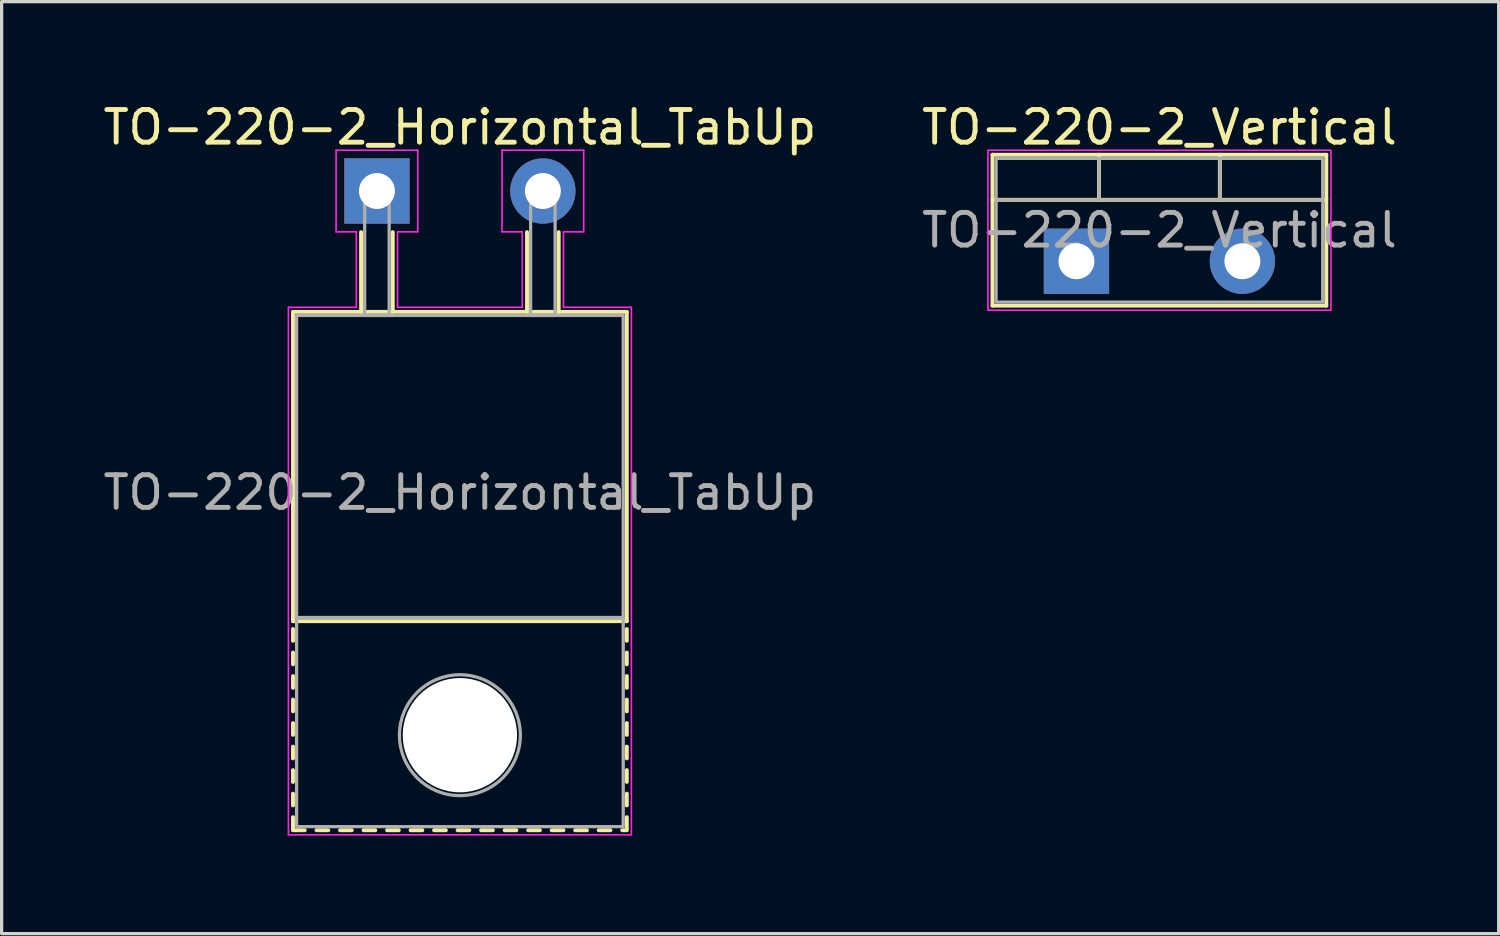
<source format=kicad_pcb>
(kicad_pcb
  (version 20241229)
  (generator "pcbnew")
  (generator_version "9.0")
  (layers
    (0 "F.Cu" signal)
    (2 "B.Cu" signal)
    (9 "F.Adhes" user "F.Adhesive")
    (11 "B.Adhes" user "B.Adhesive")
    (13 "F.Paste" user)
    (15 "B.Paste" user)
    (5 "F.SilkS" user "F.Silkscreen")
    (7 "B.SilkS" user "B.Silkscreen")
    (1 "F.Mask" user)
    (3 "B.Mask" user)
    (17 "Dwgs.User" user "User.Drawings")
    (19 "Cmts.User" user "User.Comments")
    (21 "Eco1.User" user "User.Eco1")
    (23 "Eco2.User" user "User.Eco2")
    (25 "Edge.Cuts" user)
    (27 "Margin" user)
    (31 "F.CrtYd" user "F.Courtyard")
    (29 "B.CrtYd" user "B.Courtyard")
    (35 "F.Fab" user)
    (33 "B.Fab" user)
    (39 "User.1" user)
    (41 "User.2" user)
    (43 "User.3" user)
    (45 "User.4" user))
  (footprint "TO-220-2_Horizontal_TabUp"
    (layer "F.Cu")
    (at 8.49 2.798)
    (property "Reference" "TO-220-2_Horizontal_TabUp" (at 2.54 -1.95 0) (layer "F.SilkS") (effects (font (size 1 1) (thickness 0.15))))
    (attr through_hole)
    (fp_line (start -2.57 3.7) (end -2.57 13.17) (stroke (width 0.12) (type solid)) (layer "F.SilkS"))
    (fp_line (start -2.57 3.7) (end 7.65 3.7) (stroke (width 0.12) (type solid)) (layer "F.SilkS"))
    (fp_line (start -2.57 13.17) (end 7.65 13.17) (stroke (width 0.12) (type solid)) (layer "F.SilkS"))
    (fp_line (start -2.57 13.41) (end -2.57 13.77) (stroke (width 0.12) (type solid)) (layer "F.SilkS"))
    (fp_line (start -2.57 14.13) (end -2.57 14.49) (stroke (width 0.12) (type solid)) (layer "F.SilkS"))
    (fp_line (start -2.57 14.85) (end -2.57 15.21) (stroke (width 0.12) (type solid)) (layer "F.SilkS"))
    (fp_line (start -2.57 15.57) (end -2.57 15.93) (stroke (width 0.12) (type solid)) (layer "F.SilkS"))
    (fp_line (start -2.57 16.29) (end -2.57 16.65) (stroke (width 0.12) (type solid)) (layer "F.SilkS"))
    (fp_line (start -2.57 17.01) (end -2.57 17.37) (stroke (width 0.12) (type solid)) (layer "F.SilkS"))
    (fp_line (start -2.57 17.73) (end -2.57 18.09) (stroke (width 0.12) (type solid)) (layer "F.SilkS"))
    (fp_line (start -2.57 18.45) (end -2.57 18.81) (stroke (width 0.12) (type solid)) (layer "F.SilkS"))
    (fp_line (start -2.57 19.17) (end -2.57 19.53) (stroke (width 0.12) (type solid)) (layer "F.SilkS"))
    (fp_line (start -2.57 19.57) (end -2.21 19.57) (stroke (width 0.12) (type solid)) (layer "F.SilkS"))
    (fp_line (start -1.85 19.57) (end -1.49 19.57) (stroke (width 0.12) (type solid)) (layer "F.SilkS"))
    (fp_line (start -1.13 19.57) (end -0.77 19.57) (stroke (width 0.12) (type solid)) (layer "F.SilkS"))
    (fp_line (start -0.485 3.7) (end -0.485 1.26) (stroke (width 0.12) (type solid)) (layer "F.SilkS"))
    (fp_line (start -0.41 19.57) (end -0.05 19.57) (stroke (width 0.12) (type solid)) (layer "F.SilkS"))
    (fp_line (start 0.31 19.57) (end 0.67 19.57) (stroke (width 0.12) (type solid)) (layer "F.SilkS"))
    (fp_line (start 0.485 3.7) (end 0.485 1.26) (stroke (width 0.12) (type solid)) (layer "F.SilkS"))
    (fp_line (start 1.03 19.57) (end 1.39 19.57) (stroke (width 0.12) (type solid)) (layer "F.SilkS"))
    (fp_line (start 1.75 19.57) (end 2.11 19.57) (stroke (width 0.12) (type solid)) (layer "F.SilkS"))
    (fp_line (start 2.47 19.57) (end 2.83 19.57) (stroke (width 0.12) (type solid)) (layer "F.SilkS"))
    (fp_line (start 3.19 19.57) (end 3.55 19.57) (stroke (width 0.12) (type solid)) (layer "F.SilkS"))
    (fp_line (start 3.91 19.57) (end 4.27 19.57) (stroke (width 0.12) (type solid)) (layer "F.SilkS"))
    (fp_line (start 4.595 3.7) (end 4.595 1.26) (stroke (width 0.12) (type solid)) (layer "F.SilkS"))
    (fp_line (start 4.63 19.57) (end 4.99 19.57) (stroke (width 0.12) (type solid)) (layer "F.SilkS"))
    (fp_line (start 5.35 19.57) (end 5.71 19.57) (stroke (width 0.12) (type solid)) (layer "F.SilkS"))
    (fp_line (start 5.565 3.7) (end 5.565 1.26) (stroke (width 0.12) (type solid)) (layer "F.SilkS"))
    (fp_line (start 6.07 19.57) (end 6.43 19.57) (stroke (width 0.12) (type solid)) (layer "F.SilkS"))
    (fp_line (start 6.79 19.57) (end 7.15 19.57) (stroke (width 0.12) (type solid)) (layer "F.SilkS"))
    (fp_line (start 7.51 19.57) (end 7.65 19.57) (stroke (width 0.12) (type solid)) (layer "F.SilkS"))
    (fp_line (start 7.65 3.7) (end 7.65 13.17) (stroke (width 0.12) (type solid)) (layer "F.SilkS"))
    (fp_line (start 7.65 13.41) (end 7.65 13.77) (stroke (width 0.12) (type solid)) (layer "F.SilkS"))
    (fp_line (start 7.65 14.13) (end 7.65 14.49) (stroke (width 0.12) (type solid)) (layer "F.SilkS"))
    (fp_line (start 7.65 14.85) (end 7.65 15.21) (stroke (width 0.12) (type solid)) (layer "F.SilkS"))
    (fp_line (start 7.65 15.57) (end 7.65 15.93) (stroke (width 0.12) (type solid)) (layer "F.SilkS"))
    (fp_line (start 7.65 16.29) (end 7.65 16.65) (stroke (width 0.12) (type solid)) (layer "F.SilkS"))
    (fp_line (start 7.65 17.01) (end 7.65 17.37) (stroke (width 0.12) (type solid)) (layer "F.SilkS"))
    (fp_line (start 7.65 17.73) (end 7.65 18.09) (stroke (width 0.12) (type solid)) (layer "F.SilkS"))
    (fp_line (start 7.65 18.45) (end 7.65 18.81) (stroke (width 0.12) (type solid)) (layer "F.SilkS"))
    (fp_line (start 7.65 19.17) (end 7.65 19.53) (stroke (width 0.12) (type solid)) (layer "F.SilkS"))
    (fp_line (start -2.71 3.56) (end -0.63 3.56) (stroke (width 0.05) (type solid)) (layer "F.CrtYd"))
    (fp_line (start -2.71 19.71) (end -2.71 3.56) (stroke (width 0.05) (type solid)) (layer "F.CrtYd"))
    (fp_line (start -1.25 -1.25) (end 1.25 -1.25) (stroke (width 0.05) (type solid)) (layer "F.CrtYd"))
    (fp_line (start -1.25 1.25) (end -1.25 -1.25) (stroke (width 0.05) (type solid)) (layer "F.CrtYd"))
    (fp_line (start -0.63 1.25) (end -1.25 1.25) (stroke (width 0.05) (type solid)) (layer "F.CrtYd"))
    (fp_line (start -0.63 3.56) (end -0.63 1.25) (stroke (width 0.05) (type solid)) (layer "F.CrtYd"))
    (fp_line (start 0.63 1.25) (end 0.63 3.56) (stroke (width 0.05) (type solid)) (layer "F.CrtYd"))
    (fp_line (start 0.63 3.56) (end 4.45 3.56) (stroke (width 0.05) (type solid)) (layer "F.CrtYd"))
    (fp_line (start 1.25 -1.25) (end 1.25 1.25) (stroke (width 0.05) (type solid)) (layer "F.CrtYd"))
    (fp_line (start 1.25 1.25) (end 0.63 1.25) (stroke (width 0.05) (type solid)) (layer "F.CrtYd"))
    (fp_line (start 3.83 -1.25) (end 6.33 -1.25) (stroke (width 0.05) (type solid)) (layer "F.CrtYd"))
    (fp_line (start 3.83 1.25) (end 3.83 -1.25) (stroke (width 0.05) (type solid)) (layer "F.CrtYd"))
    (fp_line (start 4.45 1.25) (end 3.83 1.25) (stroke (width 0.05) (type solid)) (layer "F.CrtYd"))
    (fp_line (start 4.45 3.56) (end 4.45 1.25) (stroke (width 0.05) (type solid)) (layer "F.CrtYd"))
    (fp_line (start 5.71 1.25) (end 5.71 3.56) (stroke (width 0.05) (type solid)) (layer "F.CrtYd"))
    (fp_line (start 5.71 3.56) (end 7.79 3.56) (stroke (width 0.05) (type solid)) (layer "F.CrtYd"))
    (fp_line (start 6.33 -1.25) (end 6.33 1.25) (stroke (width 0.05) (type solid)) (layer "F.CrtYd"))
    (fp_line (start 6.33 1.25) (end 5.71 1.25) (stroke (width 0.05) (type solid)) (layer "F.CrtYd"))
    (fp_line (start 7.79 3.56) (end 7.79 19.71) (stroke (width 0.05) (type solid)) (layer "F.CrtYd"))
    (fp_line (start 7.79 19.71) (end -2.71 19.71) (stroke (width 0.05) (type solid)) (layer "F.CrtYd"))
    (fp_rect (start -2.46 3.81) (end 7.54 13.06) (stroke (width 0.1) (type solid)) (fill no) (layer "F.Fab"))
    (fp_rect (start -2.46 13.06) (end 7.54 19.46) (stroke (width 0.1) (type solid)) (fill no) (layer "F.Fab"))
    (fp_rect (start -0.375 3.81) (end 0.375 0) (stroke (width 0.1) (type solid)) (fill no) (layer "F.Fab"))
    (fp_rect (start 4.705 3.81) (end 5.455 0) (stroke (width 0.1) (type solid)) (fill no) (layer "F.Fab"))
    (fp_circle (center 2.54 16.66) (end 4.39 16.66) (stroke (width 0.1) (type solid)) (fill no) (layer "F.Fab"))
    (fp_text user "${REFERENCE}" (at 2.54 9.23 0) (layer "F.Fab") (effects (font (size 1 1) (thickness 0.15))))
    (pad "" np_thru_hole circle (at 2.54 16.66) (size 3.5 3.5) (drill 3.5) (layers "*.Cu" "*.Mask"))
    (pad "1" thru_hole rect (at 0 0) (size 2 2) (drill 1.1) (layers "*.Cu" "*.Mask"))
    (pad "2" thru_hole circle (at 5.08 0) (size 2 2) (drill 1.1) (layers "*.Cu" "*.Mask")))
  (footprint "TO-220-2_Vertical"
    (layer "F.Cu")
    (at 29.906 4.948)
    (property "Reference" "TO-220-2_Vertical" (at 2.54 -4.1 0) (layer "F.SilkS") (effects (font (size 1 1) (thickness 0.15))))
    (attr through_hole)
    (fp_line (start -2.57 -3.26) (end -2.57 1.36) (stroke (width 0.12) (type solid)) (layer "F.SilkS"))
    (fp_line (start -2.57 -3.26) (end 7.65 -3.26) (stroke (width 0.12) (type solid)) (layer "F.SilkS"))
    (fp_line (start -2.57 -1.88) (end 7.65 -1.88) (stroke (width 0.12) (type solid)) (layer "F.SilkS"))
    (fp_line (start -2.57 1.36) (end 7.65 1.36) (stroke (width 0.12) (type solid)) (layer "F.SilkS"))
    (fp_line (start 0.69 -3.26) (end 0.69 -1.88) (stroke (width 0.12) (type solid)) (layer "F.SilkS"))
    (fp_line (start 4.39 -3.26) (end 4.39 -1.88) (stroke (width 0.12) (type solid)) (layer "F.SilkS"))
    (fp_line (start 7.65 -3.26) (end 7.65 1.36) (stroke (width 0.12) (type solid)) (layer "F.SilkS"))
    (fp_rect (start 7.79 1.5) (end -2.71 -3.4) (stroke (width 0.05) (type solid)) (fill no) (layer "F.CrtYd"))
    (fp_line (start -2.46 -1.88) (end 7.54 -1.88) (stroke (width 0.1) (type solid)) (layer "F.Fab"))
    (fp_line (start 0.69 -3.15) (end 0.69 -1.88) (stroke (width 0.1) (type solid)) (layer "F.Fab"))
    (fp_line (start 4.39 -3.15) (end 4.39 -1.88) (stroke (width 0.1) (type solid)) (layer "F.Fab"))
    (fp_rect (start -2.46 -3.15) (end 7.54 1.25) (stroke (width 0.1) (type solid)) (fill no) (layer "F.Fab"))
    (fp_text user "${REFERENCE}" (at 2.54 -0.95 0) (layer "F.Fab") (effects (font (size 1 1) (thickness 0.15))))
    (pad "1" thru_hole rect (at 0 0) (size 2 2) (drill 1.1) (layers "*.Cu" "*.Mask"))
    (pad "2" thru_hole circle (at 5.08 0) (size 2 2) (drill 1.1) (layers "*.Cu" "*.Mask")))
  (gr_rect
    (start -3 -3)
    (end 42.833 25.533)
    (stroke (width 0.1) (type default))
    (fill no)
    (layer "Edge.Cuts")))
</source>
